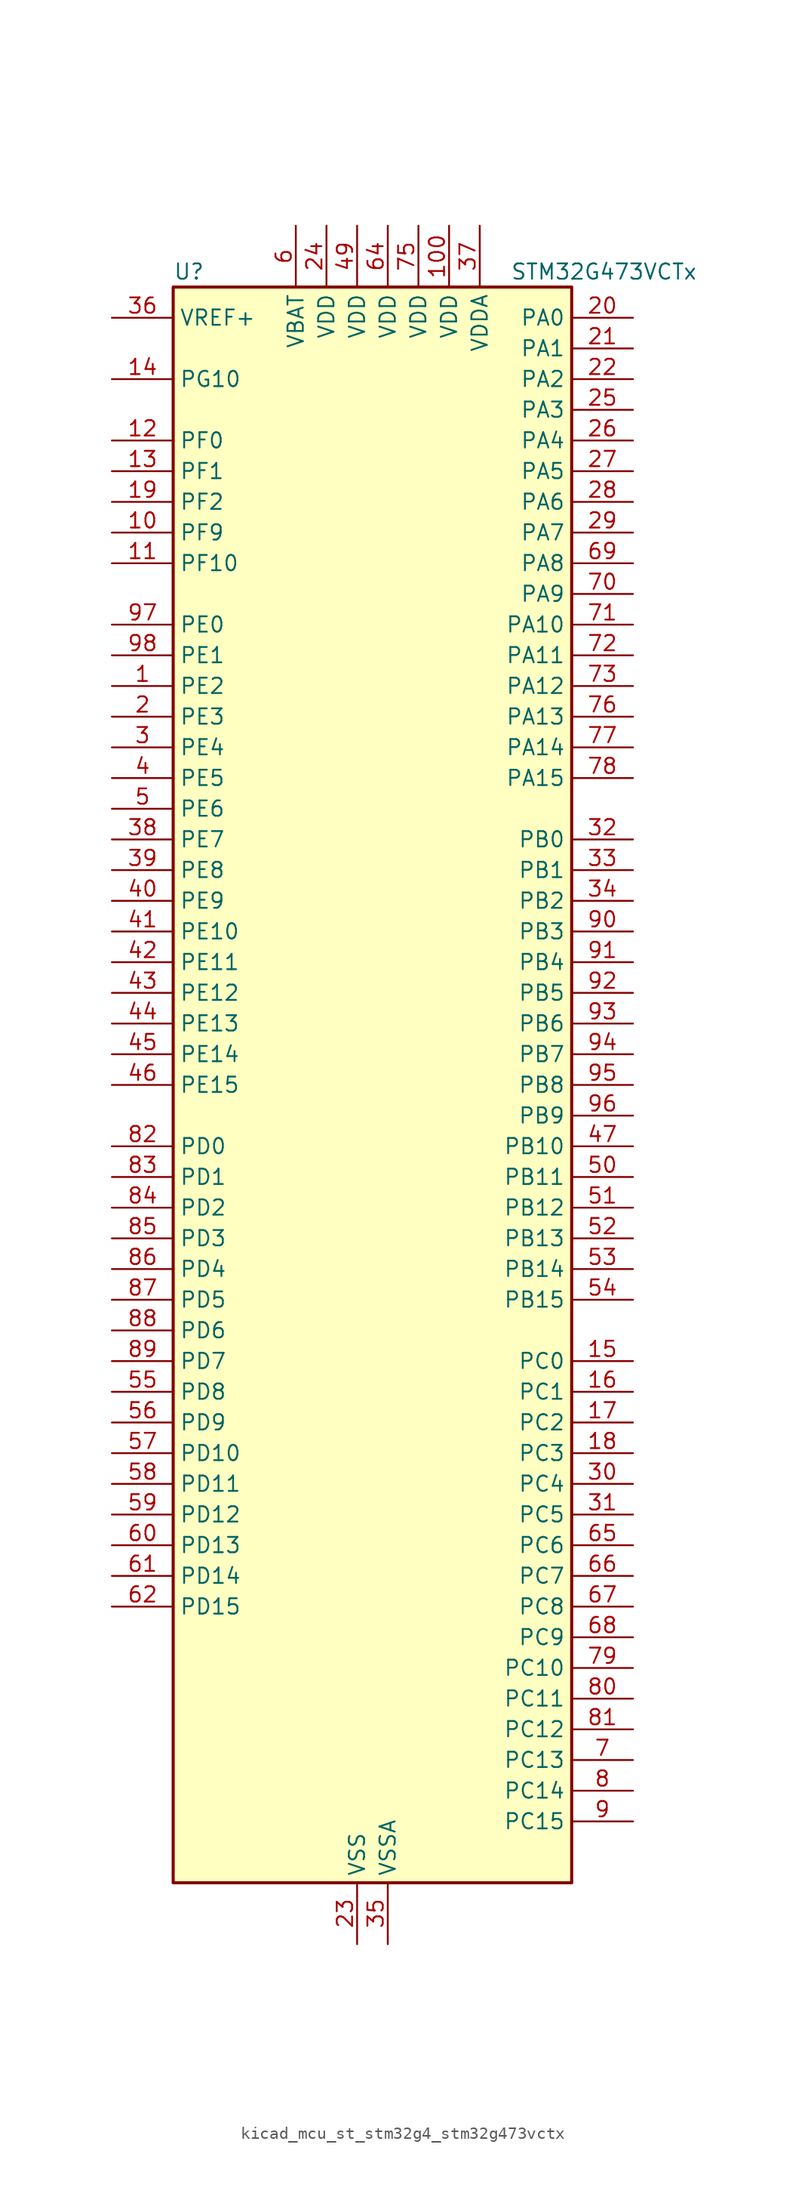
<source format=kicad_sym>
(kicad_symbol_lib
  (version 20220914)
  (generator kicad_symbol_editor)
  (symbol "kicad_mcu_st_stm32g4_stm32g473vctx"
    (property "Reference" "U"
      (at -15.24 67.31 0)
      (effects (font (size 1.27 1.27)) (justify left)))
    (property "Value" "STM32G473VCTx"
      (at 12.7 67.31 0)
      (effects (font (size 1.27 1.27)) (justify left)))
    (property "ki_locked" ""
      (at 0 0 0)
      (effects (font (size 1.27 1.27))))
    (symbol "kicad_mcu_st_stm32g4_stm32g473vctx_0_1"
      (rectangle (start -15.24 -66.04) (end 17.78 66.04) (stroke (width 0.254) (type default)) (fill (type background))))
    (symbol "kicad_mcu_st_stm32g4_stm32g473vctx_1_1"
      (pin bidirectional line (at -20.32 33.02 0) (length 5.08) (name "PE2" (effects (font (size 1.27 1.27)))) (number "1" (effects (font (size 1.27 1.27)))) (alternate "ADC3_EXTI2" bidirectional line) (alternate "ADC4_EXTI2" bidirectional line) (alternate "ADC5_EXTI2" bidirectional line) (alternate "FMC_A23" bidirectional line) (alternate "SAI1_CK1" bidirectional line) (alternate "SAI1_MCLK_A" bidirectional line) (alternate "SPI4_SCK" bidirectional line) (alternate "SYS_TRACECLK" bidirectional line) (alternate "TIM20_CH1" bidirectional line) (alternate "TIM3_CH1" bidirectional line))
      (pin bidirectional line (at -20.32 45.72 0) (length 5.08) (name "PF9" (effects (font (size 1.27 1.27)))) (number "10" (effects (font (size 1.27 1.27)))) (alternate "DAC1_EXTI9" bidirectional line) (alternate "DAC2_EXTI9" bidirectional line) (alternate "DAC3_EXTI9" bidirectional line) (alternate "DAC4_EXTI9" bidirectional line) (alternate "FMC_A25" bidirectional line) (alternate "QUADSPI1_BK1_IO1" bidirectional line) (alternate "SAI1_FS_B" bidirectional line) (alternate "SPI2_SCK" bidirectional line) (alternate "TIM15_CH1" bidirectional line) (alternate "TIM20_BKIN" bidirectional line) (alternate "TIM5_CH4" bidirectional line))
      (pin power_in line (at 7.62 71.12 270) (length 5.08) (name "VDD" (effects (font (size 1.27 1.27)))) (number "100" (effects (font (size 1.27 1.27)))))
      (pin bidirectional line (at -20.32 43.18 0) (length 5.08) (name "PF10" (effects (font (size 1.27 1.27)))) (number "11" (effects (font (size 1.27 1.27)))) (alternate "DAC1_EXTI10" bidirectional line) (alternate "DAC2_EXTI10" bidirectional line) (alternate "DAC3_EXTI10" bidirectional line) (alternate "DAC4_EXTI10" bidirectional line) (alternate "FMC_A0" bidirectional line) (alternate "QUADSPI1_CLK" bidirectional line) (alternate "SAI1_D3" bidirectional line) (alternate "SPI2_SCK" bidirectional line) (alternate "TIM15_CH2" bidirectional line) (alternate "TIM20_BKIN2" bidirectional line))
      (pin bidirectional line (at -20.32 53.34 0) (length 5.08) (name "PF0" (effects (font (size 1.27 1.27)))) (number "12" (effects (font (size 1.27 1.27)))) (alternate "ADC1_IN10" bidirectional line) (alternate "I2C2_SDA" bidirectional line) (alternate "I2S2_WS" bidirectional line) (alternate "RCC_OSC_IN" bidirectional line) (alternate "SPI2_NSS" bidirectional line) (alternate "TIM1_CH3N" bidirectional line))
      (pin bidirectional line (at -20.32 50.8 0) (length 5.08) (name "PF1" (effects (font (size 1.27 1.27)))) (number "13" (effects (font (size 1.27 1.27)))) (alternate "ADC2_IN10" bidirectional line) (alternate "COMP3_INM" bidirectional line) (alternate "I2S2_CK" bidirectional line) (alternate "RCC_OSC_OUT" bidirectional line) (alternate "SPI2_SCK" bidirectional line))
      (pin bidirectional line (at -20.32 58.42 0) (length 5.08) (name "PG10" (effects (font (size 1.27 1.27)))) (number "14" (effects (font (size 1.27 1.27)))) (alternate "DAC1_EXTI10" bidirectional line) (alternate "DAC2_EXTI10" bidirectional line) (alternate "DAC3_EXTI10" bidirectional line) (alternate "DAC4_EXTI10" bidirectional line) (alternate "RCC_MCO" bidirectional line))
      (pin bidirectional line (at 22.86 -22.86 180) (length 5.08) (name "PC0" (effects (font (size 1.27 1.27)))) (number "15" (effects (font (size 1.27 1.27)))) (alternate "ADC1_IN6" bidirectional line) (alternate "ADC2_IN6" bidirectional line) (alternate "COMP3_INM" bidirectional line) (alternate "LPTIM1_IN1" bidirectional line) (alternate "LPUART1_RX" bidirectional line) (alternate "TIM1_CH1" bidirectional line))
      (pin bidirectional line (at 22.86 -25.4 180) (length 5.08) (name "PC1" (effects (font (size 1.27 1.27)))) (number "16" (effects (font (size 1.27 1.27)))) (alternate "ADC1_IN7" bidirectional line) (alternate "ADC2_IN7" bidirectional line) (alternate "COMP3_INP" bidirectional line) (alternate "LPTIM1_OUT" bidirectional line) (alternate "LPUART1_TX" bidirectional line) (alternate "QUADSPI1_BK2_IO0" bidirectional line) (alternate "SAI1_SD_A" bidirectional line) (alternate "TIM1_CH2" bidirectional line))
      (pin bidirectional line (at 22.86 -27.94 180) (length 5.08) (name "PC2" (effects (font (size 1.27 1.27)))) (number "17" (effects (font (size 1.27 1.27)))) (alternate "ADC1_IN8" bidirectional line) (alternate "ADC2_IN8" bidirectional line) (alternate "ADC3_EXTI2" bidirectional line) (alternate "ADC4_EXTI2" bidirectional line) (alternate "ADC5_EXTI2" bidirectional line) (alternate "COMP3_OUT" bidirectional line) (alternate "LPTIM1_IN2" bidirectional line) (alternate "QUADSPI1_BK2_IO1" bidirectional line) (alternate "TIM1_CH3" bidirectional line) (alternate "TIM20_CH2" bidirectional line))
      (pin bidirectional line (at 22.86 -30.48 180) (length 5.08) (name "PC3" (effects (font (size 1.27 1.27)))) (number "18" (effects (font (size 1.27 1.27)))) (alternate "ADC1_IN9" bidirectional line) (alternate "ADC2_IN9" bidirectional line) (alternate "ADC3_EXTI3" bidirectional line) (alternate "ADC4_EXTI3" bidirectional line) (alternate "ADC5_EXTI3" bidirectional line) (alternate "LPTIM1_ETR" bidirectional line) (alternate "OPAMP5_VINP" bidirectional line) (alternate "OPAMP5_VINP_SEC" bidirectional line) (alternate "QUADSPI1_BK2_IO2" bidirectional line) (alternate "SAI1_D1" bidirectional line) (alternate "SAI1_SD_A" bidirectional line) (alternate "TIM1_BKIN2" bidirectional line) (alternate "TIM1_CH4" bidirectional line))
      (pin bidirectional line (at -20.32 48.26 0) (length 5.08) (name "PF2" (effects (font (size 1.27 1.27)))) (number "19" (effects (font (size 1.27 1.27)))) (alternate "ADC3_EXTI2" bidirectional line) (alternate "ADC4_EXTI2" bidirectional line) (alternate "ADC5_EXTI2" bidirectional line) (alternate "FMC_A2" bidirectional line) (alternate "I2C2_SMBA" bidirectional line) (alternate "TIM20_CH3" bidirectional line))
      (pin bidirectional line (at -20.32 30.48 0) (length 5.08) (name "PE3" (effects (font (size 1.27 1.27)))) (number "2" (effects (font (size 1.27 1.27)))) (alternate "ADC3_EXTI3" bidirectional line) (alternate "ADC4_EXTI3" bidirectional line) (alternate "ADC5_EXTI3" bidirectional line) (alternate "FMC_A19" bidirectional line) (alternate "SAI1_SD_B" bidirectional line) (alternate "SPI4_NSS" bidirectional line) (alternate "SYS_TRACED0" bidirectional line) (alternate "TIM20_CH2" bidirectional line) (alternate "TIM3_CH2" bidirectional line))
      (pin bidirectional line (at 22.86 63.5 180) (length 5.08) (name "PA0" (effects (font (size 1.27 1.27)))) (number "20" (effects (font (size 1.27 1.27)))) (alternate "ADC1_IN1" bidirectional line) (alternate "ADC2_IN1" bidirectional line) (alternate "COMP1_INM" bidirectional line) (alternate "COMP1_OUT" bidirectional line) (alternate "COMP3_INP" bidirectional line) (alternate "RTC_TAMP2" bidirectional line) (alternate "SYS_WKUP1" bidirectional line) (alternate "TIM2_CH1" bidirectional line) (alternate "TIM2_ETR" bidirectional line) (alternate "TIM5_CH1" bidirectional line) (alternate "TIM8_BKIN" bidirectional line) (alternate "TIM8_ETR" bidirectional line) (alternate "USART2_CTS" bidirectional line) (alternate "USART2_NSS" bidirectional line))
      (pin bidirectional line (at 22.86 60.96 180) (length 5.08) (name "PA1" (effects (font (size 1.27 1.27)))) (number "21" (effects (font (size 1.27 1.27)))) (alternate "ADC1_IN2" bidirectional line) (alternate "ADC2_IN2" bidirectional line) (alternate "COMP1_INP" bidirectional line) (alternate "OPAMP1_VINP" bidirectional line) (alternate "OPAMP1_VINP_SEC" bidirectional line) (alternate "OPAMP3_VINP" bidirectional line) (alternate "OPAMP3_VINP_SEC" bidirectional line) (alternate "OPAMP6_VINM" bidirectional line) (alternate "OPAMP6_VINM0" bidirectional line) (alternate "OPAMP6_VINM_SEC" bidirectional line) (alternate "RTC_REFIN" bidirectional line) (alternate "TIM15_CH1N" bidirectional line) (alternate "TIM2_CH2" bidirectional line) (alternate "TIM5_CH2" bidirectional line) (alternate "USART2_DE" bidirectional line) (alternate "USART2_RTS" bidirectional line))
      (pin bidirectional line (at 22.86 58.42 180) (length 5.08) (name "PA2" (effects (font (size 1.27 1.27)))) (number "22" (effects (font (size 1.27 1.27)))) (alternate "ADC1_IN3" bidirectional line) (alternate "ADC3_EXTI2" bidirectional line) (alternate "ADC4_EXTI2" bidirectional line) (alternate "ADC5_EXTI2" bidirectional line) (alternate "COMP2_INM" bidirectional line) (alternate "COMP2_OUT" bidirectional line) (alternate "LPUART1_TX" bidirectional line) (alternate "OPAMP1_VOUT" bidirectional line) (alternate "QUADSPI1_BK1_NCS" bidirectional line) (alternate "RCC_LSCO" bidirectional line) (alternate "SYS_WKUP4" bidirectional line) (alternate "TIM15_CH1" bidirectional line) (alternate "TIM2_CH3" bidirectional line) (alternate "TIM5_CH3" bidirectional line) (alternate "UCPD1_FRSTX1" bidirectional line) (alternate "UCPD1_FRSTX2" bidirectional line) (alternate "USART2_TX" bidirectional line))
      (pin power_in line (at 0 -71.12 90) (length 5.08) (name "VSS" (effects (font (size 1.27 1.27)))) (number "23" (effects (font (size 1.27 1.27)))))
      (pin power_in line (at -2.54 71.12 270) (length 5.08) (name "VDD" (effects (font (size 1.27 1.27)))) (number "24" (effects (font (size 1.27 1.27)))))
      (pin bidirectional line (at 22.86 55.88 180) (length 5.08) (name "PA3" (effects (font (size 1.27 1.27)))) (number "25" (effects (font (size 1.27 1.27)))) (alternate "ADC1_IN4" bidirectional line) (alternate "ADC3_EXTI3" bidirectional line) (alternate "ADC4_EXTI3" bidirectional line) (alternate "ADC5_EXTI3" bidirectional line) (alternate "COMP2_INP" bidirectional line) (alternate "LPUART1_RX" bidirectional line) (alternate "OPAMP1_VINM" bidirectional line) (alternate "OPAMP1_VINM0" bidirectional line) (alternate "OPAMP1_VINM_SEC" bidirectional line) (alternate "OPAMP1_VINP" bidirectional line) (alternate "OPAMP1_VINP_SEC" bidirectional line) (alternate "OPAMP5_VINM" bidirectional line) (alternate "OPAMP5_VINM1" bidirectional line) (alternate "OPAMP5_VINM_SEC" bidirectional line) (alternate "QUADSPI1_CLK" bidirectional line) (alternate "SAI1_CK1" bidirectional line) (alternate "SAI1_MCLK_A" bidirectional line) (alternate "TIM15_CH2" bidirectional line) (alternate "TIM2_CH4" bidirectional line) (alternate "TIM5_CH4" bidirectional line) (alternate "USART2_RX" bidirectional line))
      (pin bidirectional line (at 22.86 53.34 180) (length 5.08) (name "PA4" (effects (font (size 1.27 1.27)))) (number "26" (effects (font (size 1.27 1.27)))) (alternate "ADC2_IN17" bidirectional line) (alternate "COMP1_INM" bidirectional line) (alternate "DAC1_OUT1" bidirectional line) (alternate "I2S3_WS" bidirectional line) (alternate "SAI1_FS_B" bidirectional line) (alternate "SPI1_NSS" bidirectional line) (alternate "SPI3_NSS" bidirectional line) (alternate "TIM3_CH2" bidirectional line) (alternate "USART2_CK" bidirectional line))
      (pin bidirectional line (at 22.86 50.8 180) (length 5.08) (name "PA5" (effects (font (size 1.27 1.27)))) (number "27" (effects (font (size 1.27 1.27)))) (alternate "ADC2_IN13" bidirectional line) (alternate "COMP2_INM" bidirectional line) (alternate "DAC1_OUT2" bidirectional line) (alternate "OPAMP2_VINM" bidirectional line) (alternate "OPAMP2_VINM0" bidirectional line) (alternate "OPAMP2_VINM_SEC" bidirectional line) (alternate "SPI1_SCK" bidirectional line) (alternate "TIM2_CH1" bidirectional line) (alternate "TIM2_ETR" bidirectional line) (alternate "UCPD1_FRSTX1" bidirectional line) (alternate "UCPD1_FRSTX2" bidirectional line))
      (pin bidirectional line (at 22.86 48.26 180) (length 5.08) (name "PA6" (effects (font (size 1.27 1.27)))) (number "28" (effects (font (size 1.27 1.27)))) (alternate "ADC2_IN3" bidirectional line) (alternate "COMP1_OUT" bidirectional line) (alternate "DAC2_OUT1" bidirectional line) (alternate "LPUART1_CTS" bidirectional line) (alternate "OPAMP2_VOUT" bidirectional line) (alternate "QUADSPI1_BK1_IO3" bidirectional line) (alternate "SPI1_MISO" bidirectional line) (alternate "TIM16_CH1" bidirectional line) (alternate "TIM1_BKIN" bidirectional line) (alternate "TIM3_CH1" bidirectional line) (alternate "TIM8_BKIN" bidirectional line))
      (pin bidirectional line (at 22.86 45.72 180) (length 5.08) (name "PA7" (effects (font (size 1.27 1.27)))) (number "29" (effects (font (size 1.27 1.27)))) (alternate "ADC2_IN4" bidirectional line) (alternate "COMP2_INP" bidirectional line) (alternate "COMP2_OUT" bidirectional line) (alternate "OPAMP1_VINP" bidirectional line) (alternate "OPAMP1_VINP_SEC" bidirectional line) (alternate "OPAMP2_VINP" bidirectional line) (alternate "OPAMP2_VINP_SEC" bidirectional line) (alternate "QUADSPI1_BK1_IO2" bidirectional line) (alternate "SPI1_MOSI" bidirectional line) (alternate "TIM17_CH1" bidirectional line) (alternate "TIM1_CH1N" bidirectional line) (alternate "TIM3_CH2" bidirectional line) (alternate "TIM8_CH1N" bidirectional line) (alternate "UCPD1_FRSTX1" bidirectional line) (alternate "UCPD1_FRSTX2" bidirectional line))
      (pin bidirectional line (at -20.32 27.94 0) (length 5.08) (name "PE4" (effects (font (size 1.27 1.27)))) (number "3" (effects (font (size 1.27 1.27)))) (alternate "FMC_A20" bidirectional line) (alternate "SAI1_D2" bidirectional line) (alternate "SAI1_FS_A" bidirectional line) (alternate "SPI4_NSS" bidirectional line) (alternate "SYS_TRACED1" bidirectional line) (alternate "TIM20_CH1N" bidirectional line) (alternate "TIM3_CH3" bidirectional line))
      (pin bidirectional line (at 22.86 -33.02 180) (length 5.08) (name "PC4" (effects (font (size 1.27 1.27)))) (number "30" (effects (font (size 1.27 1.27)))) (alternate "ADC2_IN5" bidirectional line) (alternate "I2C2_SCL" bidirectional line) (alternate "QUADSPI1_BK2_IO3" bidirectional line) (alternate "TIM1_ETR" bidirectional line) (alternate "USART1_TX" bidirectional line))
      (pin bidirectional line (at 22.86 -35.56 180) (length 5.08) (name "PC5" (effects (font (size 1.27 1.27)))) (number "31" (effects (font (size 1.27 1.27)))) (alternate "ADC2_IN11" bidirectional line) (alternate "OPAMP1_VINM" bidirectional line) (alternate "OPAMP1_VINM1" bidirectional line) (alternate "OPAMP1_VINM_SEC" bidirectional line) (alternate "OPAMP2_VINM" bidirectional line) (alternate "OPAMP2_VINM1" bidirectional line) (alternate "OPAMP2_VINM_SEC" bidirectional line) (alternate "SAI1_D3" bidirectional line) (alternate "SYS_WKUP5" bidirectional line) (alternate "TIM15_BKIN" bidirectional line) (alternate "TIM1_CH4N" bidirectional line) (alternate "USART1_RX" bidirectional line))
      (pin bidirectional line (at 22.86 20.32 180) (length 5.08) (name "PB0" (effects (font (size 1.27 1.27)))) (number "32" (effects (font (size 1.27 1.27)))) (alternate "ADC1_IN15" bidirectional line) (alternate "ADC3_IN12" bidirectional line) (alternate "COMP4_INP" bidirectional line) (alternate "OPAMP2_VINP" bidirectional line) (alternate "OPAMP2_VINP_SEC" bidirectional line) (alternate "OPAMP3_VINP" bidirectional line) (alternate "OPAMP3_VINP_SEC" bidirectional line) (alternate "QUADSPI1_BK1_IO1" bidirectional line) (alternate "TIM1_CH2N" bidirectional line) (alternate "TIM3_CH3" bidirectional line) (alternate "TIM8_CH2N" bidirectional line) (alternate "UCPD1_FRSTX1" bidirectional line) (alternate "UCPD1_FRSTX2" bidirectional line))
      (pin bidirectional line (at 22.86 17.78 180) (length 5.08) (name "PB1" (effects (font (size 1.27 1.27)))) (number "33" (effects (font (size 1.27 1.27)))) (alternate "ADC1_IN12" bidirectional line) (alternate "ADC3_IN1" bidirectional line) (alternate "COMP1_INP" bidirectional line) (alternate "COMP4_OUT" bidirectional line) (alternate "LPUART1_DE" bidirectional line) (alternate "LPUART1_RTS" bidirectional line) (alternate "OPAMP3_VOUT" bidirectional line) (alternate "OPAMP6_VINM" bidirectional line) (alternate "OPAMP6_VINM1" bidirectional line) (alternate "OPAMP6_VINM_SEC" bidirectional line) (alternate "QUADSPI1_BK1_IO0" bidirectional line) (alternate "TIM1_CH3N" bidirectional line) (alternate "TIM3_CH4" bidirectional line) (alternate "TIM8_CH3N" bidirectional line))
      (pin bidirectional line (at 22.86 15.24 180) (length 5.08) (name "PB2" (effects (font (size 1.27 1.27)))) (number "34" (effects (font (size 1.27 1.27)))) (alternate "ADC2_IN12" bidirectional line) (alternate "ADC3_EXTI2" bidirectional line) (alternate "ADC4_EXTI2" bidirectional line) (alternate "ADC5_EXTI2" bidirectional line) (alternate "COMP4_INM" bidirectional line) (alternate "I2C3_SMBA" bidirectional line) (alternate "LPTIM1_OUT" bidirectional line) (alternate "OPAMP3_VINM" bidirectional line) (alternate "OPAMP3_VINM0" bidirectional line) (alternate "OPAMP3_VINM_SEC" bidirectional line) (alternate "QUADSPI1_BK2_IO1" bidirectional line) (alternate "RTC_OUT2" bidirectional line) (alternate "TIM20_CH1" bidirectional line) (alternate "TIM5_CH1" bidirectional line))
      (pin power_in line (at 2.54 -71.12 90) (length 5.08) (name "VSSA" (effects (font (size 1.27 1.27)))) (number "35" (effects (font (size 1.27 1.27)))))
      (pin input line (at -20.32 63.5 0) (length 5.08) (name "VREF+" (effects (font (size 1.27 1.27)))) (number "36" (effects (font (size 1.27 1.27)))) (alternate "VREFBUF_OUT" bidirectional line))
      (pin power_in line (at 10.16 71.12 270) (length 5.08) (name "VDDA" (effects (font (size 1.27 1.27)))) (number "37" (effects (font (size 1.27 1.27)))))
      (pin bidirectional line (at -20.32 20.32 0) (length 5.08) (name "PE7" (effects (font (size 1.27 1.27)))) (number "38" (effects (font (size 1.27 1.27)))) (alternate "ADC3_IN4" bidirectional line) (alternate "COMP4_INP" bidirectional line) (alternate "FMC_D4" bidirectional line) (alternate "FMC_DA4" bidirectional line) (alternate "SAI1_SD_B" bidirectional line) (alternate "TIM1_ETR" bidirectional line))
      (pin bidirectional line (at -20.32 17.78 0) (length 5.08) (name "PE8" (effects (font (size 1.27 1.27)))) (number "39" (effects (font (size 1.27 1.27)))) (alternate "ADC3_IN6" bidirectional line) (alternate "ADC4_IN6" bidirectional line) (alternate "ADC5_IN6" bidirectional line) (alternate "COMP4_INM" bidirectional line) (alternate "FMC_D5" bidirectional line) (alternate "FMC_DA5" bidirectional line) (alternate "SAI1_SCK_B" bidirectional line) (alternate "TIM1_CH1N" bidirectional line) (alternate "TIM5_CH3" bidirectional line))
      (pin bidirectional line (at -20.32 25.4 0) (length 5.08) (name "PE5" (effects (font (size 1.27 1.27)))) (number "4" (effects (font (size 1.27 1.27)))) (alternate "FMC_A21" bidirectional line) (alternate "SAI1_CK2" bidirectional line) (alternate "SAI1_SCK_A" bidirectional line) (alternate "SPI4_MISO" bidirectional line) (alternate "SYS_TRACED2" bidirectional line) (alternate "TIM20_CH2N" bidirectional line) (alternate "TIM3_CH4" bidirectional line))
      (pin bidirectional line (at -20.32 15.24 0) (length 5.08) (name "PE9" (effects (font (size 1.27 1.27)))) (number "40" (effects (font (size 1.27 1.27)))) (alternate "ADC3_IN2" bidirectional line) (alternate "DAC1_EXTI9" bidirectional line) (alternate "DAC2_EXTI9" bidirectional line) (alternate "DAC3_EXTI9" bidirectional line) (alternate "DAC4_EXTI9" bidirectional line) (alternate "FMC_D6" bidirectional line) (alternate "FMC_DA6" bidirectional line) (alternate "SAI1_FS_B" bidirectional line) (alternate "TIM1_CH1" bidirectional line) (alternate "TIM5_CH4" bidirectional line))
      (pin bidirectional line (at -20.32 12.7 0) (length 5.08) (name "PE10" (effects (font (size 1.27 1.27)))) (number "41" (effects (font (size 1.27 1.27)))) (alternate "ADC3_IN14" bidirectional line) (alternate "ADC4_IN14" bidirectional line) (alternate "ADC5_IN14" bidirectional line) (alternate "DAC1_EXTI10" bidirectional line) (alternate "DAC2_EXTI10" bidirectional line) (alternate "DAC3_EXTI10" bidirectional line) (alternate "DAC4_EXTI10" bidirectional line) (alternate "FMC_D7" bidirectional line) (alternate "FMC_DA7" bidirectional line) (alternate "QUADSPI1_CLK" bidirectional line) (alternate "SAI1_MCLK_B" bidirectional line) (alternate "TIM1_CH2N" bidirectional line))
      (pin bidirectional line (at -20.32 10.16 0) (length 5.08) (name "PE11" (effects (font (size 1.27 1.27)))) (number "42" (effects (font (size 1.27 1.27)))) (alternate "ADC1_EXTI11" bidirectional line) (alternate "ADC2_EXTI11" bidirectional line) (alternate "ADC3_IN15" bidirectional line) (alternate "ADC4_IN15" bidirectional line) (alternate "ADC5_IN15" bidirectional line) (alternate "FMC_D8" bidirectional line) (alternate "FMC_DA8" bidirectional line) (alternate "QUADSPI1_BK1_NCS" bidirectional line) (alternate "SPI4_NSS" bidirectional line) (alternate "TIM1_CH2" bidirectional line))
      (pin bidirectional line (at -20.32 7.62 0) (length 5.08) (name "PE12" (effects (font (size 1.27 1.27)))) (number "43" (effects (font (size 1.27 1.27)))) (alternate "ADC3_IN16" bidirectional line) (alternate "ADC4_IN16" bidirectional line) (alternate "ADC5_IN16" bidirectional line) (alternate "FMC_D9" bidirectional line) (alternate "FMC_DA9" bidirectional line) (alternate "QUADSPI1_BK1_IO0" bidirectional line) (alternate "SPI4_SCK" bidirectional line) (alternate "TIM1_CH3N" bidirectional line))
      (pin bidirectional line (at -20.32 5.08 0) (length 5.08) (name "PE13" (effects (font (size 1.27 1.27)))) (number "44" (effects (font (size 1.27 1.27)))) (alternate "ADC3_IN3" bidirectional line) (alternate "FMC_D10" bidirectional line) (alternate "FMC_DA10" bidirectional line) (alternate "QUADSPI1_BK1_IO1" bidirectional line) (alternate "SPI4_MISO" bidirectional line) (alternate "TIM1_CH3" bidirectional line))
      (pin bidirectional line (at -20.32 2.54 0) (length 5.08) (name "PE14" (effects (font (size 1.27 1.27)))) (number "45" (effects (font (size 1.27 1.27)))) (alternate "ADC4_IN1" bidirectional line) (alternate "FMC_D11" bidirectional line) (alternate "FMC_DA11" bidirectional line) (alternate "QUADSPI1_BK1_IO2" bidirectional line) (alternate "SPI4_MOSI" bidirectional line) (alternate "TIM1_BKIN2" bidirectional line) (alternate "TIM1_CH4" bidirectional line))
      (pin bidirectional line (at -20.32 0 0) (length 5.08) (name "PE15" (effects (font (size 1.27 1.27)))) (number "46" (effects (font (size 1.27 1.27)))) (alternate "ADC1_EXTI15" bidirectional line) (alternate "ADC2_EXTI15" bidirectional line) (alternate "ADC4_IN2" bidirectional line) (alternate "FMC_D12" bidirectional line) (alternate "FMC_DA12" bidirectional line) (alternate "QUADSPI1_BK1_IO3" bidirectional line) (alternate "TIM1_BKIN" bidirectional line) (alternate "TIM1_CH4N" bidirectional line) (alternate "USART3_RX" bidirectional line))
      (pin bidirectional line (at 22.86 -5.08 180) (length 5.08) (name "PB10" (effects (font (size 1.27 1.27)))) (number "47" (effects (font (size 1.27 1.27)))) (alternate "COMP5_INM" bidirectional line) (alternate "DAC1_EXTI10" bidirectional line) (alternate "DAC2_EXTI10" bidirectional line) (alternate "DAC3_EXTI10" bidirectional line) (alternate "DAC4_EXTI10" bidirectional line) (alternate "LPUART1_RX" bidirectional line) (alternate "OPAMP3_VINM" bidirectional line) (alternate "OPAMP3_VINM1" bidirectional line) (alternate "OPAMP3_VINM_SEC" bidirectional line) (alternate "OPAMP4_VINM" bidirectional line) (alternate "OPAMP4_VINM0" bidirectional line) (alternate "OPAMP4_VINM_SEC" bidirectional line) (alternate "QUADSPI1_CLK" bidirectional line) (alternate "SAI1_SCK_A" bidirectional line) (alternate "TIM1_BKIN" bidirectional line) (alternate "TIM2_CH3" bidirectional line) (alternate "USART3_TX" bidirectional line))
      (pin passive line (at 0 -71.12 90) (length 5.08) hide (name "VSS" (effects (font (size 1.27 1.27)))) (number "48" (effects (font (size 1.27 1.27)))))
      (pin power_in line (at 0 71.12 270) (length 5.08) (name "VDD" (effects (font (size 1.27 1.27)))) (number "49" (effects (font (size 1.27 1.27)))))
      (pin bidirectional line (at -20.32 22.86 0) (length 5.08) (name "PE6" (effects (font (size 1.27 1.27)))) (number "5" (effects (font (size 1.27 1.27)))) (alternate "FMC_A22" bidirectional line) (alternate "RTC_TAMP3" bidirectional line) (alternate "SAI1_D1" bidirectional line) (alternate "SAI1_SD_A" bidirectional line) (alternate "SPI4_MOSI" bidirectional line) (alternate "SYS_TRACED3" bidirectional line) (alternate "SYS_WKUP3" bidirectional line) (alternate "TIM20_CH3N" bidirectional line))
      (pin bidirectional line (at 22.86 -7.62 180) (length 5.08) (name "PB11" (effects (font (size 1.27 1.27)))) (number "50" (effects (font (size 1.27 1.27)))) (alternate "ADC1_EXTI11" bidirectional line) (alternate "ADC1_IN14" bidirectional line) (alternate "ADC2_EXTI11" bidirectional line) (alternate "ADC2_IN14" bidirectional line) (alternate "COMP6_INP" bidirectional line) (alternate "LPUART1_TX" bidirectional line) (alternate "OPAMP4_VINP" bidirectional line) (alternate "OPAMP4_VINP_SEC" bidirectional line) (alternate "OPAMP6_VOUT" bidirectional line) (alternate "QUADSPI1_BK1_NCS" bidirectional line) (alternate "TIM2_CH4" bidirectional line) (alternate "USART3_RX" bidirectional line))
      (pin bidirectional line (at 22.86 -10.16 180) (length 5.08) (name "PB12" (effects (font (size 1.27 1.27)))) (number "51" (effects (font (size 1.27 1.27)))) (alternate "ADC1_IN11" bidirectional line) (alternate "ADC4_IN3" bidirectional line) (alternate "COMP7_INM" bidirectional line) (alternate "FDCAN2_RX" bidirectional line) (alternate "I2C2_SMBA" bidirectional line) (alternate "I2S2_WS" bidirectional line) (alternate "LPUART1_DE" bidirectional line) (alternate "LPUART1_RTS" bidirectional line) (alternate "OPAMP4_VOUT" bidirectional line) (alternate "OPAMP6_VINP" bidirectional line) (alternate "OPAMP6_VINP_SEC" bidirectional line) (alternate "SPI2_NSS" bidirectional line) (alternate "TIM1_BKIN" bidirectional line) (alternate "TIM5_ETR" bidirectional line) (alternate "USART3_CK" bidirectional line))
      (pin bidirectional line (at 22.86 -12.7 180) (length 5.08) (name "PB13" (effects (font (size 1.27 1.27)))) (number "52" (effects (font (size 1.27 1.27)))) (alternate "ADC3_IN5" bidirectional line) (alternate "COMP5_INP" bidirectional line) (alternate "FDCAN2_TX" bidirectional line) (alternate "I2S2_CK" bidirectional line) (alternate "LPUART1_CTS" bidirectional line) (alternate "OPAMP3_VINP" bidirectional line) (alternate "OPAMP3_VINP_SEC" bidirectional line) (alternate "OPAMP4_VINP" bidirectional line) (alternate "OPAMP4_VINP_SEC" bidirectional line) (alternate "OPAMP6_VINP" bidirectional line) (alternate "OPAMP6_VINP_SEC" bidirectional line) (alternate "SPI2_SCK" bidirectional line) (alternate "TIM1_CH1N" bidirectional line) (alternate "USART3_CTS" bidirectional line) (alternate "USART3_NSS" bidirectional line))
      (pin bidirectional line (at 22.86 -15.24 180) (length 5.08) (name "PB14" (effects (font (size 1.27 1.27)))) (number "53" (effects (font (size 1.27 1.27)))) (alternate "ADC1_IN5" bidirectional line) (alternate "ADC4_IN4" bidirectional line) (alternate "COMP4_OUT" bidirectional line) (alternate "COMP7_INP" bidirectional line) (alternate "OPAMP2_VINP" bidirectional line) (alternate "OPAMP2_VINP_SEC" bidirectional line) (alternate "OPAMP5_VINP" bidirectional line) (alternate "OPAMP5_VINP_SEC" bidirectional line) (alternate "SPI2_MISO" bidirectional line) (alternate "TIM15_CH1" bidirectional line) (alternate "TIM1_CH2N" bidirectional line) (alternate "USART3_DE" bidirectional line) (alternate "USART3_RTS" bidirectional line))
      (pin bidirectional line (at 22.86 -17.78 180) (length 5.08) (name "PB15" (effects (font (size 1.27 1.27)))) (number "54" (effects (font (size 1.27 1.27)))) (alternate "ADC1_EXTI15" bidirectional line) (alternate "ADC2_EXTI15" bidirectional line) (alternate "ADC2_IN15" bidirectional line) (alternate "ADC4_IN5" bidirectional line) (alternate "COMP3_OUT" bidirectional line) (alternate "COMP6_INM" bidirectional line) (alternate "I2S2_SD" bidirectional line) (alternate "OPAMP5_VINM" bidirectional line) (alternate "OPAMP5_VINM0" bidirectional line) (alternate "OPAMP5_VINM_SEC" bidirectional line) (alternate "RTC_REFIN" bidirectional line) (alternate "SPI2_MOSI" bidirectional line) (alternate "TIM15_CH1N" bidirectional line) (alternate "TIM15_CH2" bidirectional line) (alternate "TIM1_CH3N" bidirectional line))
      (pin bidirectional line (at -20.32 -25.4 0) (length 5.08) (name "PD8" (effects (font (size 1.27 1.27)))) (number "55" (effects (font (size 1.27 1.27)))) (alternate "ADC4_IN12" bidirectional line) (alternate "ADC5_IN12" bidirectional line) (alternate "FMC_D13" bidirectional line) (alternate "FMC_DA13" bidirectional line) (alternate "OPAMP4_VINM" bidirectional line) (alternate "OPAMP4_VINM1" bidirectional line) (alternate "OPAMP4_VINM_SEC" bidirectional line) (alternate "USART3_TX" bidirectional line))
      (pin bidirectional line (at -20.32 -27.94 0) (length 5.08) (name "PD9" (effects (font (size 1.27 1.27)))) (number "56" (effects (font (size 1.27 1.27)))) (alternate "ADC4_IN13" bidirectional line) (alternate "ADC5_IN13" bidirectional line) (alternate "DAC1_EXTI9" bidirectional line) (alternate "DAC2_EXTI9" bidirectional line) (alternate "DAC3_EXTI9" bidirectional line) (alternate "DAC4_EXTI9" bidirectional line) (alternate "FMC_D14" bidirectional line) (alternate "FMC_DA14" bidirectional line) (alternate "OPAMP6_VINP" bidirectional line) (alternate "OPAMP6_VINP_SEC" bidirectional line) (alternate "USART3_RX" bidirectional line))
      (pin bidirectional line (at -20.32 -30.48 0) (length 5.08) (name "PD10" (effects (font (size 1.27 1.27)))) (number "57" (effects (font (size 1.27 1.27)))) (alternate "ADC3_IN7" bidirectional line) (alternate "ADC4_IN7" bidirectional line) (alternate "ADC5_IN7" bidirectional line) (alternate "COMP6_INM" bidirectional line) (alternate "DAC1_EXTI10" bidirectional line) (alternate "DAC2_EXTI10" bidirectional line) (alternate "DAC3_EXTI10" bidirectional line) (alternate "DAC4_EXTI10" bidirectional line) (alternate "FMC_D15" bidirectional line) (alternate "FMC_DA15" bidirectional line) (alternate "USART3_CK" bidirectional line))
      (pin bidirectional line (at -20.32 -33.02 0) (length 5.08) (name "PD11" (effects (font (size 1.27 1.27)))) (number "58" (effects (font (size 1.27 1.27)))) (alternate "ADC1_EXTI11" bidirectional line) (alternate "ADC2_EXTI11" bidirectional line) (alternate "ADC3_IN8" bidirectional line) (alternate "ADC4_IN8" bidirectional line) (alternate "ADC5_IN8" bidirectional line) (alternate "COMP6_INP" bidirectional line) (alternate "FMC_A16" bidirectional line) (alternate "FMC_CLE" bidirectional line) (alternate "I2C4_SMBA" bidirectional line) (alternate "OPAMP4_VINP" bidirectional line) (alternate "OPAMP4_VINP_SEC" bidirectional line) (alternate "TIM5_ETR" bidirectional line) (alternate "USART3_CTS" bidirectional line) (alternate "USART3_NSS" bidirectional line))
      (pin bidirectional line (at -20.32 -35.56 0) (length 5.08) (name "PD12" (effects (font (size 1.27 1.27)))) (number "59" (effects (font (size 1.27 1.27)))) (alternate "ADC3_IN9" bidirectional line) (alternate "ADC4_IN9" bidirectional line) (alternate "ADC5_IN9" bidirectional line) (alternate "COMP5_INP" bidirectional line) (alternate "FMC_A17" bidirectional line) (alternate "FMC_ALE" bidirectional line) (alternate "OPAMP5_VINP" bidirectional line) (alternate "OPAMP5_VINP_SEC" bidirectional line) (alternate "TIM4_CH1" bidirectional line) (alternate "USART3_DE" bidirectional line) (alternate "USART3_RTS" bidirectional line))
      (pin power_in line (at -5.08 71.12 270) (length 5.08) (name "VBAT" (effects (font (size 1.27 1.27)))) (number "6" (effects (font (size 1.27 1.27)))))
      (pin bidirectional line (at -20.32 -38.1 0) (length 5.08) (name "PD13" (effects (font (size 1.27 1.27)))) (number "60" (effects (font (size 1.27 1.27)))) (alternate "ADC3_IN10" bidirectional line) (alternate "ADC4_IN10" bidirectional line) (alternate "ADC5_IN10" bidirectional line) (alternate "COMP5_INM" bidirectional line) (alternate "FMC_A18" bidirectional line) (alternate "TIM4_CH2" bidirectional line))
      (pin bidirectional line (at -20.32 -40.64 0) (length 5.08) (name "PD14" (effects (font (size 1.27 1.27)))) (number "61" (effects (font (size 1.27 1.27)))) (alternate "ADC3_IN11" bidirectional line) (alternate "ADC4_IN11" bidirectional line) (alternate "ADC5_IN11" bidirectional line) (alternate "COMP7_INP" bidirectional line) (alternate "FMC_D0" bidirectional line) (alternate "FMC_DA0" bidirectional line) (alternate "OPAMP2_VINP" bidirectional line) (alternate "OPAMP2_VINP_SEC" bidirectional line) (alternate "TIM4_CH3" bidirectional line))
      (pin bidirectional line (at -20.32 -43.18 0) (length 5.08) (name "PD15" (effects (font (size 1.27 1.27)))) (number "62" (effects (font (size 1.27 1.27)))) (alternate "ADC1_EXTI15" bidirectional line) (alternate "ADC2_EXTI15" bidirectional line) (alternate "COMP7_INM" bidirectional line) (alternate "FMC_D1" bidirectional line) (alternate "FMC_DA1" bidirectional line) (alternate "SPI2_NSS" bidirectional line) (alternate "TIM4_CH4" bidirectional line))
      (pin passive line (at 0 -71.12 90) (length 5.08) hide (name "VSS" (effects (font (size 1.27 1.27)))) (number "63" (effects (font (size 1.27 1.27)))))
      (pin power_in line (at 2.54 71.12 270) (length 5.08) (name "VDD" (effects (font (size 1.27 1.27)))) (number "64" (effects (font (size 1.27 1.27)))))
      (pin bidirectional line (at 22.86 -38.1 180) (length 5.08) (name "PC6" (effects (font (size 1.27 1.27)))) (number "65" (effects (font (size 1.27 1.27)))) (alternate "COMP6_OUT" bidirectional line) (alternate "I2C4_SCL" bidirectional line) (alternate "I2S2_MCK" bidirectional line) (alternate "TIM3_CH1" bidirectional line) (alternate "TIM8_CH1" bidirectional line))
      (pin bidirectional line (at 22.86 -40.64 180) (length 5.08) (name "PC7" (effects (font (size 1.27 1.27)))) (number "66" (effects (font (size 1.27 1.27)))) (alternate "COMP5_OUT" bidirectional line) (alternate "I2C4_SDA" bidirectional line) (alternate "I2S3_MCK" bidirectional line) (alternate "TIM3_CH2" bidirectional line) (alternate "TIM8_CH2" bidirectional line))
      (pin bidirectional line (at 22.86 -43.18 180) (length 5.08) (name "PC8" (effects (font (size 1.27 1.27)))) (number "67" (effects (font (size 1.27 1.27)))) (alternate "COMP7_OUT" bidirectional line) (alternate "I2C3_SCL" bidirectional line) (alternate "TIM20_CH3" bidirectional line) (alternate "TIM3_CH3" bidirectional line) (alternate "TIM8_CH3" bidirectional line))
      (pin bidirectional line (at 22.86 -45.72 180) (length 5.08) (name "PC9" (effects (font (size 1.27 1.27)))) (number "68" (effects (font (size 1.27 1.27)))) (alternate "DAC1_EXTI9" bidirectional line) (alternate "DAC2_EXTI9" bidirectional line) (alternate "DAC3_EXTI9" bidirectional line) (alternate "DAC4_EXTI9" bidirectional line) (alternate "I2C3_SDA" bidirectional line) (alternate "I2S_CKIN" bidirectional line) (alternate "TIM3_CH4" bidirectional line) (alternate "TIM8_BKIN2" bidirectional line) (alternate "TIM8_CH4" bidirectional line))
      (pin bidirectional line (at 22.86 43.18 180) (length 5.08) (name "PA8" (effects (font (size 1.27 1.27)))) (number "69" (effects (font (size 1.27 1.27)))) (alternate "ADC5_IN1" bidirectional line) (alternate "COMP7_OUT" bidirectional line) (alternate "FDCAN3_RX" bidirectional line) (alternate "I2C2_SDA" bidirectional line) (alternate "I2C3_SCL" bidirectional line) (alternate "I2S2_MCK" bidirectional line) (alternate "OPAMP5_VOUT" bidirectional line) (alternate "RCC_MCO" bidirectional line) (alternate "SAI1_CK2" bidirectional line) (alternate "SAI1_SCK_A" bidirectional line) (alternate "TIM1_CH1" bidirectional line) (alternate "TIM4_ETR" bidirectional line) (alternate "USART1_CK" bidirectional line))
      (pin bidirectional line (at 22.86 -55.88 180) (length 5.08) (name "PC13" (effects (font (size 1.27 1.27)))) (number "7" (effects (font (size 1.27 1.27)))) (alternate "RTC_OUT1" bidirectional line) (alternate "RTC_TAMP1" bidirectional line) (alternate "RTC_TS" bidirectional line) (alternate "SYS_WKUP2" bidirectional line) (alternate "TIM1_BKIN" bidirectional line) (alternate "TIM1_CH1N" bidirectional line) (alternate "TIM8_CH4N" bidirectional line))
      (pin bidirectional line (at 22.86 40.64 180) (length 5.08) (name "PA9" (effects (font (size 1.27 1.27)))) (number "70" (effects (font (size 1.27 1.27)))) (alternate "ADC5_IN2" bidirectional line) (alternate "COMP5_OUT" bidirectional line) (alternate "DAC1_EXTI9" bidirectional line) (alternate "DAC2_EXTI9" bidirectional line) (alternate "DAC3_EXTI9" bidirectional line) (alternate "DAC4_EXTI9" bidirectional line) (alternate "I2C2_SCL" bidirectional line) (alternate "I2C3_SMBA" bidirectional line) (alternate "I2S3_MCK" bidirectional line) (alternate "SAI1_FS_A" bidirectional line) (alternate "TIM15_BKIN" bidirectional line) (alternate "TIM1_CH2" bidirectional line) (alternate "TIM2_CH3" bidirectional line) (alternate "UCPD1_DBCC1" bidirectional line) (alternate "USART1_TX" bidirectional line))
      (pin bidirectional line (at 22.86 38.1 180) (length 5.08) (name "PA10" (effects (font (size 1.27 1.27)))) (number "71" (effects (font (size 1.27 1.27)))) (alternate "COMP6_OUT" bidirectional line) (alternate "CRS_SYNC" bidirectional line) (alternate "DAC1_EXTI10" bidirectional line) (alternate "DAC2_EXTI10" bidirectional line) (alternate "DAC3_EXTI10" bidirectional line) (alternate "DAC4_EXTI10" bidirectional line) (alternate "I2C2_SMBA" bidirectional line) (alternate "SAI1_D1" bidirectional line) (alternate "SAI1_SD_A" bidirectional line) (alternate "SPI2_MISO" bidirectional line) (alternate "TIM17_BKIN" bidirectional line) (alternate "TIM1_CH3" bidirectional line) (alternate "TIM2_CH4" bidirectional line) (alternate "TIM8_BKIN" bidirectional line) (alternate "UCPD1_DBCC2" bidirectional line) (alternate "USART1_RX" bidirectional line))
      (pin bidirectional line (at 22.86 35.56 180) (length 5.08) (name "PA11" (effects (font (size 1.27 1.27)))) (number "72" (effects (font (size 1.27 1.27)))) (alternate "ADC1_EXTI11" bidirectional line) (alternate "ADC2_EXTI11" bidirectional line) (alternate "COMP1_OUT" bidirectional line) (alternate "FDCAN1_RX" bidirectional line) (alternate "I2S2_SD" bidirectional line) (alternate "SPI2_MOSI" bidirectional line) (alternate "TIM1_BKIN2" bidirectional line) (alternate "TIM1_CH1N" bidirectional line) (alternate "TIM1_CH4" bidirectional line) (alternate "TIM4_CH1" bidirectional line) (alternate "USART1_CTS" bidirectional line) (alternate "USART1_NSS" bidirectional line) (alternate "USB_DM" bidirectional line))
      (pin bidirectional line (at 22.86 33.02 180) (length 5.08) (name "PA12" (effects (font (size 1.27 1.27)))) (number "73" (effects (font (size 1.27 1.27)))) (alternate "COMP2_OUT" bidirectional line) (alternate "FDCAN1_TX" bidirectional line) (alternate "I2S_CKIN" bidirectional line) (alternate "TIM16_CH1" bidirectional line) (alternate "TIM1_CH2N" bidirectional line) (alternate "TIM1_ETR" bidirectional line) (alternate "TIM4_CH2" bidirectional line) (alternate "USART1_DE" bidirectional line) (alternate "USART1_RTS" bidirectional line) (alternate "USB_DP" bidirectional line))
      (pin passive line (at 0 -71.12 90) (length 5.08) hide (name "VSS" (effects (font (size 1.27 1.27)))) (number "74" (effects (font (size 1.27 1.27)))))
      (pin power_in line (at 5.08 71.12 270) (length 5.08) (name "VDD" (effects (font (size 1.27 1.27)))) (number "75" (effects (font (size 1.27 1.27)))))
      (pin bidirectional line (at 22.86 30.48 180) (length 5.08) (name "PA13" (effects (font (size 1.27 1.27)))) (number "76" (effects (font (size 1.27 1.27)))) (alternate "I2C1_SCL" bidirectional line) (alternate "I2C4_SCL" bidirectional line) (alternate "IR_OUT" bidirectional line) (alternate "SAI1_SD_B" bidirectional line) (alternate "SYS_JTMS-SWDIO" bidirectional line) (alternate "TIM16_CH1N" bidirectional line) (alternate "TIM4_CH3" bidirectional line) (alternate "USART3_CTS" bidirectional line) (alternate "USART3_NSS" bidirectional line))
      (pin bidirectional line (at 22.86 27.94 180) (length 5.08) (name "PA14" (effects (font (size 1.27 1.27)))) (number "77" (effects (font (size 1.27 1.27)))) (alternate "I2C1_SDA" bidirectional line) (alternate "I2C4_SMBA" bidirectional line) (alternate "LPTIM1_OUT" bidirectional line) (alternate "SAI1_FS_B" bidirectional line) (alternate "SYS_JTCK-SWCLK" bidirectional line) (alternate "TIM1_BKIN" bidirectional line) (alternate "TIM8_CH2" bidirectional line) (alternate "USART2_TX" bidirectional line))
      (pin bidirectional line (at 22.86 25.4 180) (length 5.08) (name "PA15" (effects (font (size 1.27 1.27)))) (number "78" (effects (font (size 1.27 1.27)))) (alternate "ADC1_EXTI15" bidirectional line) (alternate "ADC2_EXTI15" bidirectional line) (alternate "FDCAN3_TX" bidirectional line) (alternate "I2C1_SCL" bidirectional line) (alternate "I2S3_WS" bidirectional line) (alternate "SPI1_NSS" bidirectional line) (alternate "SPI3_NSS" bidirectional line) (alternate "SYS_JTDI" bidirectional line) (alternate "TIM1_BKIN" bidirectional line) (alternate "TIM2_CH1" bidirectional line) (alternate "TIM2_ETR" bidirectional line) (alternate "TIM8_CH1" bidirectional line) (alternate "UART4_DE" bidirectional line) (alternate "UART4_RTS" bidirectional line) (alternate "USART2_RX" bidirectional line))
      (pin bidirectional line (at 22.86 -48.26 180) (length 5.08) (name "PC10" (effects (font (size 1.27 1.27)))) (number "79" (effects (font (size 1.27 1.27)))) (alternate "DAC1_EXTI10" bidirectional line) (alternate "DAC2_EXTI10" bidirectional line) (alternate "DAC3_EXTI10" bidirectional line) (alternate "DAC4_EXTI10" bidirectional line) (alternate "I2S3_CK" bidirectional line) (alternate "SPI3_SCK" bidirectional line) (alternate "TIM8_CH1N" bidirectional line) (alternate "UART4_TX" bidirectional line) (alternate "USART3_TX" bidirectional line))
      (pin bidirectional line (at 22.86 -58.42 180) (length 5.08) (name "PC14" (effects (font (size 1.27 1.27)))) (number "8" (effects (font (size 1.27 1.27)))) (alternate "RCC_OSC32_IN" bidirectional line))
      (pin bidirectional line (at 22.86 -50.8 180) (length 5.08) (name "PC11" (effects (font (size 1.27 1.27)))) (number "80" (effects (font (size 1.27 1.27)))) (alternate "ADC1_EXTI11" bidirectional line) (alternate "ADC2_EXTI11" bidirectional line) (alternate "I2C3_SDA" bidirectional line) (alternate "SPI3_MISO" bidirectional line) (alternate "TIM8_CH2N" bidirectional line) (alternate "UART4_RX" bidirectional line) (alternate "USART3_RX" bidirectional line))
      (pin bidirectional line (at 22.86 -53.34 180) (length 5.08) (name "PC12" (effects (font (size 1.27 1.27)))) (number "81" (effects (font (size 1.27 1.27)))) (alternate "I2S3_SD" bidirectional line) (alternate "SPI3_MOSI" bidirectional line) (alternate "TIM5_CH2" bidirectional line) (alternate "TIM8_CH3N" bidirectional line) (alternate "UART5_TX" bidirectional line) (alternate "UCPD1_FRSTX1" bidirectional line) (alternate "UCPD1_FRSTX2" bidirectional line) (alternate "USART3_CK" bidirectional line))
      (pin bidirectional line (at -20.32 -5.08 0) (length 5.08) (name "PD0" (effects (font (size 1.27 1.27)))) (number "82" (effects (font (size 1.27 1.27)))) (alternate "FDCAN1_RX" bidirectional line) (alternate "FMC_D2" bidirectional line) (alternate "FMC_DA2" bidirectional line) (alternate "TIM8_CH4N" bidirectional line))
      (pin bidirectional line (at -20.32 -7.62 0) (length 5.08) (name "PD1" (effects (font (size 1.27 1.27)))) (number "83" (effects (font (size 1.27 1.27)))) (alternate "FDCAN1_TX" bidirectional line) (alternate "FMC_D3" bidirectional line) (alternate "FMC_DA3" bidirectional line) (alternate "TIM8_BKIN2" bidirectional line) (alternate "TIM8_CH4" bidirectional line))
      (pin bidirectional line (at -20.32 -10.16 0) (length 5.08) (name "PD2" (effects (font (size 1.27 1.27)))) (number "84" (effects (font (size 1.27 1.27)))) (alternate "ADC3_EXTI2" bidirectional line) (alternate "ADC4_EXTI2" bidirectional line) (alternate "ADC5_EXTI2" bidirectional line) (alternate "TIM3_ETR" bidirectional line) (alternate "TIM8_BKIN" bidirectional line) (alternate "UART5_RX" bidirectional line))
      (pin bidirectional line (at -20.32 -12.7 0) (length 5.08) (name "PD3" (effects (font (size 1.27 1.27)))) (number "85" (effects (font (size 1.27 1.27)))) (alternate "ADC3_EXTI3" bidirectional line) (alternate "ADC4_EXTI3" bidirectional line) (alternate "ADC5_EXTI3" bidirectional line) (alternate "FMC_CLK" bidirectional line) (alternate "QUADSPI1_BK2_NCS" bidirectional line) (alternate "TIM2_CH1" bidirectional line) (alternate "TIM2_ETR" bidirectional line) (alternate "USART2_CTS" bidirectional line) (alternate "USART2_NSS" bidirectional line))
      (pin bidirectional line (at -20.32 -15.24 0) (length 5.08) (name "PD4" (effects (font (size 1.27 1.27)))) (number "86" (effects (font (size 1.27 1.27)))) (alternate "FMC_NOE" bidirectional line) (alternate "QUADSPI1_BK2_IO0" bidirectional line) (alternate "TIM2_CH2" bidirectional line) (alternate "USART2_DE" bidirectional line) (alternate "USART2_RTS" bidirectional line))
      (pin bidirectional line (at -20.32 -17.78 0) (length 5.08) (name "PD5" (effects (font (size 1.27 1.27)))) (number "87" (effects (font (size 1.27 1.27)))) (alternate "FMC_NWE" bidirectional line) (alternate "QUADSPI1_BK2_IO1" bidirectional line) (alternate "USART2_TX" bidirectional line))
      (pin bidirectional line (at -20.32 -20.32 0) (length 5.08) (name "PD6" (effects (font (size 1.27 1.27)))) (number "88" (effects (font (size 1.27 1.27)))) (alternate "FMC_NWAIT" bidirectional line) (alternate "QUADSPI1_BK2_IO2" bidirectional line) (alternate "SAI1_D1" bidirectional line) (alternate "SAI1_SD_A" bidirectional line) (alternate "TIM2_CH4" bidirectional line) (alternate "USART2_RX" bidirectional line))
      (pin bidirectional line (at -20.32 -22.86 0) (length 5.08) (name "PD7" (effects (font (size 1.27 1.27)))) (number "89" (effects (font (size 1.27 1.27)))) (alternate "FMC_NCE" bidirectional line) (alternate "FMC_NE1" bidirectional line) (alternate "QUADSPI1_BK2_IO3" bidirectional line) (alternate "TIM2_CH3" bidirectional line) (alternate "USART2_CK" bidirectional line))
      (pin bidirectional line (at 22.86 -60.96 180) (length 5.08) (name "PC15" (effects (font (size 1.27 1.27)))) (number "9" (effects (font (size 1.27 1.27)))) (alternate "ADC1_EXTI15" bidirectional line) (alternate "ADC2_EXTI15" bidirectional line) (alternate "RCC_OSC32_OUT" bidirectional line))
      (pin bidirectional line (at 22.86 12.7 180) (length 5.08) (name "PB3" (effects (font (size 1.27 1.27)))) (number "90" (effects (font (size 1.27 1.27)))) (alternate "ADC3_EXTI3" bidirectional line) (alternate "ADC4_EXTI3" bidirectional line) (alternate "ADC5_EXTI3" bidirectional line) (alternate "CRS_SYNC" bidirectional line) (alternate "FDCAN3_RX" bidirectional line) (alternate "I2S3_CK" bidirectional line) (alternate "SAI1_SCK_B" bidirectional line) (alternate "SPI1_SCK" bidirectional line) (alternate "SPI3_SCK" bidirectional line) (alternate "SYS_JTDO-SWO" bidirectional line) (alternate "TIM2_CH2" bidirectional line) (alternate "TIM3_ETR" bidirectional line) (alternate "TIM4_ETR" bidirectional line) (alternate "TIM8_CH1N" bidirectional line) (alternate "USART2_TX" bidirectional line))
      (pin bidirectional line (at 22.86 10.16 180) (length 5.08) (name "PB4" (effects (font (size 1.27 1.27)))) (number "91" (effects (font (size 1.27 1.27)))) (alternate "FDCAN3_TX" bidirectional line) (alternate "SAI1_MCLK_B" bidirectional line) (alternate "SPI1_MISO" bidirectional line) (alternate "SPI3_MISO" bidirectional line) (alternate "SYS_JTRST" bidirectional line) (alternate "TIM16_CH1" bidirectional line) (alternate "TIM17_BKIN" bidirectional line) (alternate "TIM3_CH1" bidirectional line) (alternate "TIM8_CH2N" bidirectional line) (alternate "UART5_DE" bidirectional line) (alternate "UART5_RTS" bidirectional line) (alternate "UCPD1_CC2" bidirectional line) (alternate "USART2_RX" bidirectional line))
      (pin bidirectional line (at 22.86 7.62 180) (length 5.08) (name "PB5" (effects (font (size 1.27 1.27)))) (number "92" (effects (font (size 1.27 1.27)))) (alternate "FDCAN2_RX" bidirectional line) (alternate "I2C1_SMBA" bidirectional line) (alternate "I2C3_SDA" bidirectional line) (alternate "I2S3_SD" bidirectional line) (alternate "LPTIM1_IN1" bidirectional line) (alternate "SAI1_SD_B" bidirectional line) (alternate "SPI1_MOSI" bidirectional line) (alternate "SPI3_MOSI" bidirectional line) (alternate "TIM16_BKIN" bidirectional line) (alternate "TIM17_CH1" bidirectional line) (alternate "TIM3_CH2" bidirectional line) (alternate "TIM8_CH3N" bidirectional line) (alternate "UART5_CTS" bidirectional line) (alternate "USART2_CK" bidirectional line))
      (pin bidirectional line (at 22.86 5.08 180) (length 5.08) (name "PB6" (effects (font (size 1.27 1.27)))) (number "93" (effects (font (size 1.27 1.27)))) (alternate "COMP4_OUT" bidirectional line) (alternate "FDCAN2_TX" bidirectional line) (alternate "LPTIM1_ETR" bidirectional line) (alternate "SAI1_FS_B" bidirectional line) (alternate "TIM16_CH1N" bidirectional line) (alternate "TIM4_CH1" bidirectional line) (alternate "TIM8_BKIN2" bidirectional line) (alternate "TIM8_CH1" bidirectional line) (alternate "TIM8_ETR" bidirectional line) (alternate "UCPD1_CC1" bidirectional line) (alternate "USART1_TX" bidirectional line))
      (pin bidirectional line (at 22.86 2.54 180) (length 5.08) (name "PB7" (effects (font (size 1.27 1.27)))) (number "94" (effects (font (size 1.27 1.27)))) (alternate "COMP3_OUT" bidirectional line) (alternate "FMC_NL" bidirectional line) (alternate "I2C1_SDA" bidirectional line) (alternate "I2C4_SDA" bidirectional line) (alternate "LPTIM1_IN2" bidirectional line) (alternate "SYS_PVD_IN" bidirectional line) (alternate "TIM17_CH1N" bidirectional line) (alternate "TIM3_CH4" bidirectional line) (alternate "TIM4_CH2" bidirectional line) (alternate "TIM8_BKIN" bidirectional line) (alternate "UART4_CTS" bidirectional line) (alternate "USART1_RX" bidirectional line))
      (pin bidirectional line (at 22.86 0 180) (length 5.08) (name "PB8" (effects (font (size 1.27 1.27)))) (number "95" (effects (font (size 1.27 1.27)))) (alternate "COMP1_OUT" bidirectional line) (alternate "FDCAN1_RX" bidirectional line) (alternate "I2C1_SCL" bidirectional line) (alternate "SAI1_CK1" bidirectional line) (alternate "SAI1_MCLK_A" bidirectional line) (alternate "TIM16_CH1" bidirectional line) (alternate "TIM1_BKIN" bidirectional line) (alternate "TIM4_CH3" bidirectional line) (alternate "TIM8_CH2" bidirectional line) (alternate "USART3_RX" bidirectional line))
      (pin bidirectional line (at 22.86 -2.54 180) (length 5.08) (name "PB9" (effects (font (size 1.27 1.27)))) (number "96" (effects (font (size 1.27 1.27)))) (alternate "COMP2_OUT" bidirectional line) (alternate "DAC1_EXTI9" bidirectional line) (alternate "DAC2_EXTI9" bidirectional line) (alternate "DAC3_EXTI9" bidirectional line) (alternate "DAC4_EXTI9" bidirectional line) (alternate "FDCAN1_TX" bidirectional line) (alternate "I2C1_SDA" bidirectional line) (alternate "IR_OUT" bidirectional line) (alternate "SAI1_D2" bidirectional line) (alternate "SAI1_FS_A" bidirectional line) (alternate "TIM17_CH1" bidirectional line) (alternate "TIM1_CH3N" bidirectional line) (alternate "TIM4_CH4" bidirectional line) (alternate "TIM8_CH3" bidirectional line) (alternate "USART3_TX" bidirectional line))
      (pin bidirectional line (at -20.32 38.1 0) (length 5.08) (name "PE0" (effects (font (size 1.27 1.27)))) (number "97" (effects (font (size 1.27 1.27)))) (alternate "FMC_NBL0" bidirectional line) (alternate "TIM16_CH1" bidirectional line) (alternate "TIM20_CH4N" bidirectional line) (alternate "TIM20_ETR" bidirectional line) (alternate "TIM4_ETR" bidirectional line) (alternate "USART1_TX" bidirectional line))
      (pin bidirectional line (at -20.32 35.56 0) (length 5.08) (name "PE1" (effects (font (size 1.27 1.27)))) (number "98" (effects (font (size 1.27 1.27)))) (alternate "FMC_NBL1" bidirectional line) (alternate "TIM17_CH1" bidirectional line) (alternate "TIM20_CH4" bidirectional line) (alternate "USART1_RX" bidirectional line))
      (pin passive line (at 0 -71.12 90) (length 5.08) hide (name "VSS" (effects (font (size 1.27 1.27)))) (number "99" (effects (font (size 1.27 1.27))))))))
</source>
